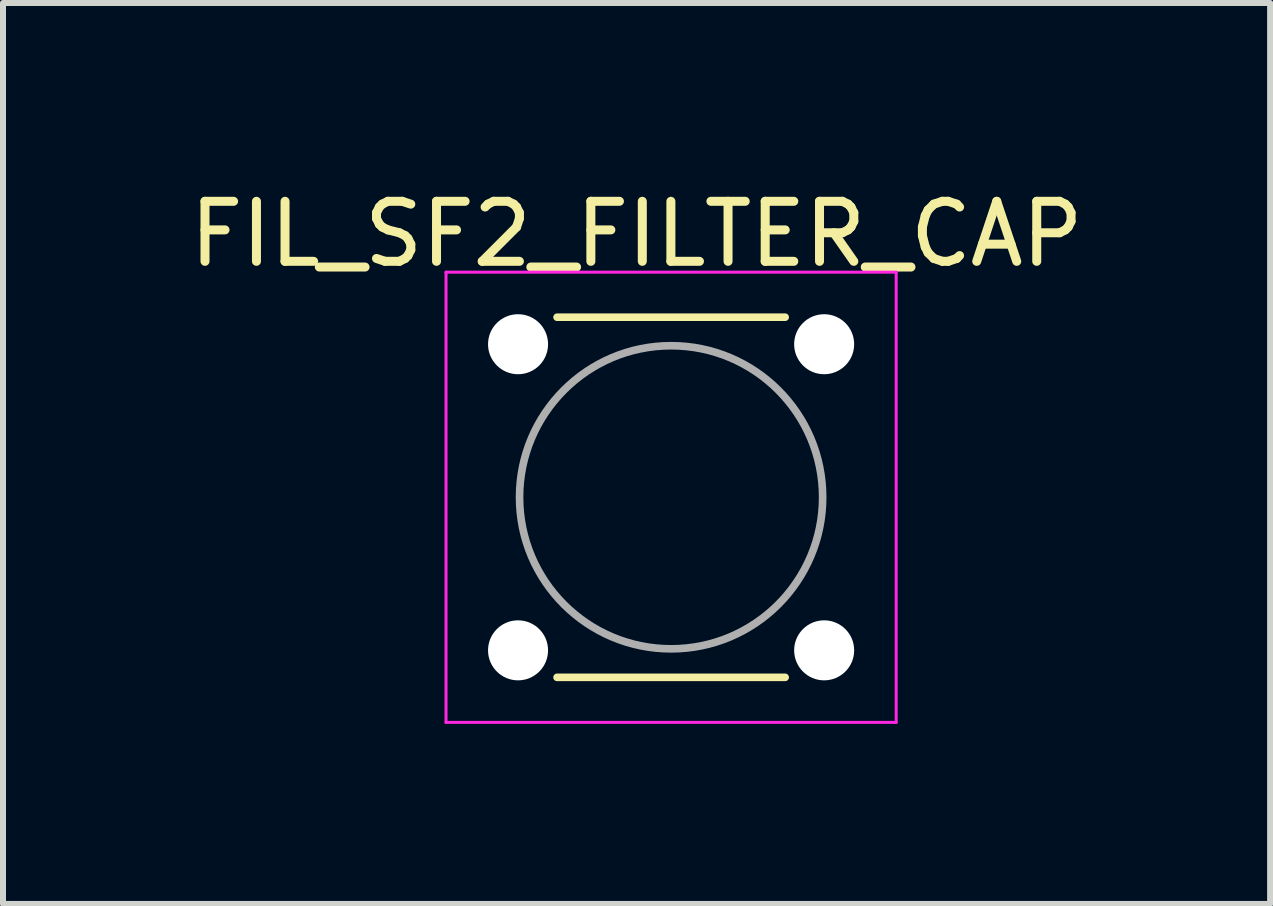
<source format=kicad_pcb>
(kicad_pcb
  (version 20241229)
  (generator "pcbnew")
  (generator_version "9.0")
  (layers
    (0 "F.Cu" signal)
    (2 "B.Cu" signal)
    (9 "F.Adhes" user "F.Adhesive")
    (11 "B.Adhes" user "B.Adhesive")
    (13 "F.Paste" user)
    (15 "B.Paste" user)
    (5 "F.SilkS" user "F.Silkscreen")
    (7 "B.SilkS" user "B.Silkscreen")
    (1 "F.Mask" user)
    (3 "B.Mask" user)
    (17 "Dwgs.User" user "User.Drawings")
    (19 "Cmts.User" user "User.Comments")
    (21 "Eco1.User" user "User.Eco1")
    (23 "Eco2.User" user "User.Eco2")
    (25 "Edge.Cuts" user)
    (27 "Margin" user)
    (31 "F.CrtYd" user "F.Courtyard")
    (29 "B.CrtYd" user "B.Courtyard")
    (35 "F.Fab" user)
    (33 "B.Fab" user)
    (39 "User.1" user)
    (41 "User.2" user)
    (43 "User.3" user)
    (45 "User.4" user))
  (footprint "FIL_SF2_FILTER_CAP"
    (layer "F.Cu")
    (at 8.131 5.235)
    (property "Reference" "FIL_SF2_FILTER_CAP" (at -0.575 -4.386 0) (layer "F.SilkS") (effects (font (size 1 1) (thickness 0.15))))
    (attr through_hole)
    (fp_line (start -1.9 -3) (end 1.9 -3) (stroke (width 0.127) (type solid)) (layer "F.SilkS"))
    (fp_line (start 1.9 3) (end -1.9 3) (stroke (width 0.127) (type solid)) (layer "F.SilkS"))
    (fp_line (start -3.75 -3.75) (end 3.75 -3.75) (stroke (width 0.05) (type solid)) (layer "F.CrtYd"))
    (fp_line (start -3.75 3.75) (end -3.75 -3.75) (stroke (width 0.05) (type solid)) (layer "F.CrtYd"))
    (fp_line (start 3.75 -3.75) (end 3.75 3.75) (stroke (width 0.05) (type solid)) (layer "F.CrtYd"))
    (fp_line (start 3.75 3.75) (end -3.75 3.75) (stroke (width 0.05) (type solid)) (layer "F.CrtYd"))
    (fp_circle (center 0 0) (end 2.525 0) (stroke (width 0.127) (type solid)) (fill no) (layer "F.Fab"))
    (pad "" np_thru_hole circle (at -2.55 -2.55) (size 1 1) (drill 1) (layers "*.Cu" "*.Mask"))
    (pad "" np_thru_hole circle (at -2.55 2.55) (size 1 1) (drill 1) (layers "*.Cu" "*.Mask"))
    (pad "" np_thru_hole circle (at 2.55 -2.55) (size 1 1) (drill 1) (layers "*.Cu" "*.Mask"))
    (pad "" np_thru_hole circle (at 2.55 2.55) (size 1 1) (drill 1) (layers "*.Cu" "*.Mask")))
  (gr_rect
    (start -3 -3)
    (end 18.111 12.01)
    (stroke (width 0.1) (type default))
    (fill no)
    (layer "Edge.Cuts")))
</source>
